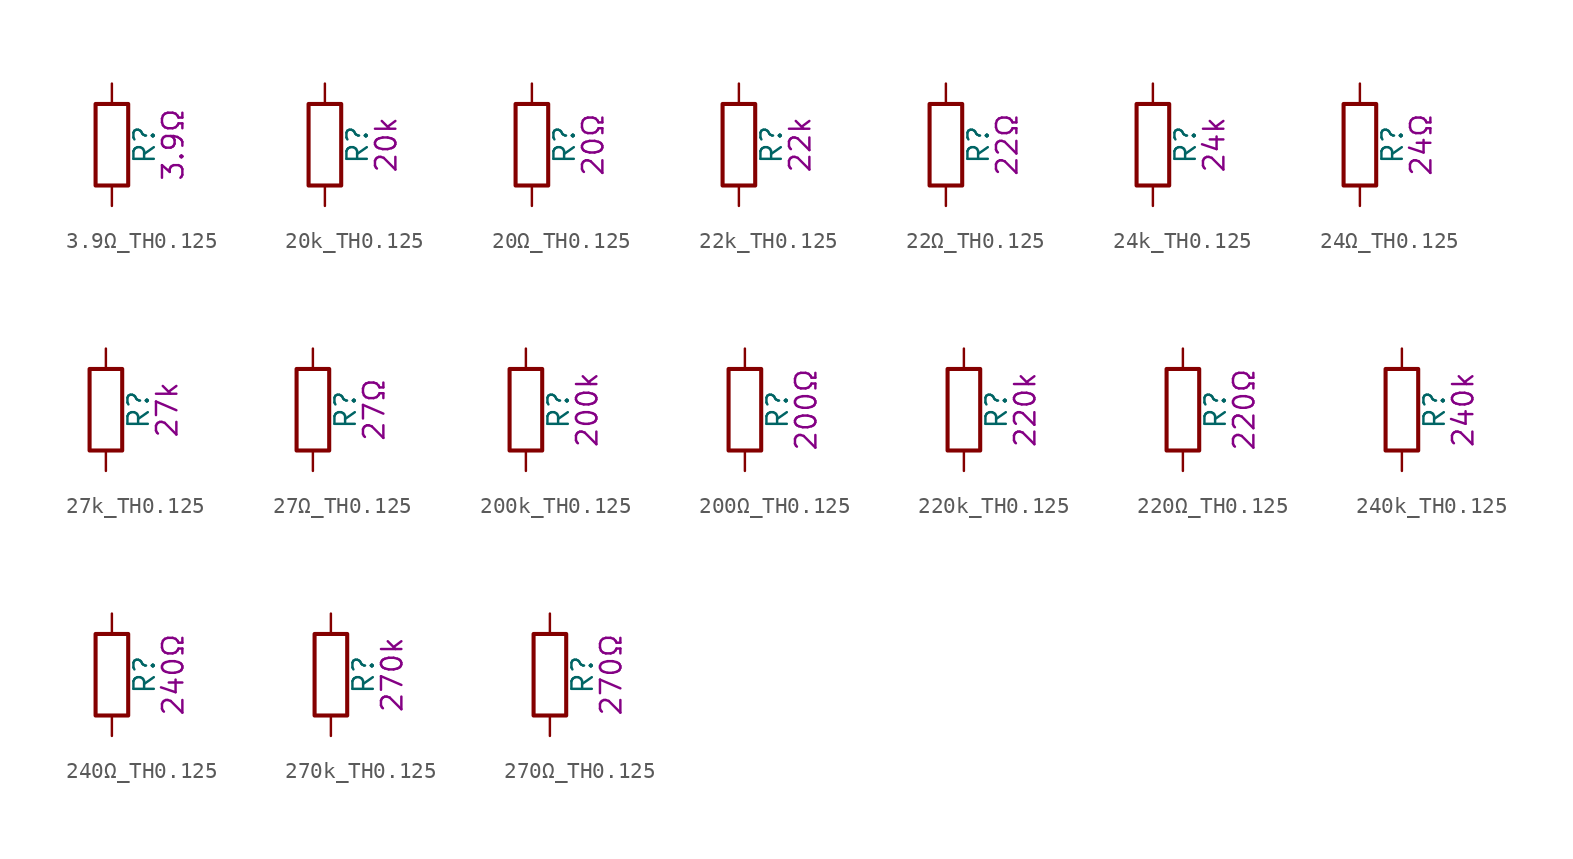
<source format=kicad_sym>
(kicad_symbol_lib
  (version 20211014)
  (generator kicad_symbol_editor)
  (symbol "3.9Ω_TH0.125"
    (pin_numbers hide)
    (pin_names
      (offset 0))
    (property "Reference" "R"
      (at 2.032 0 90)
      (effects (font (size 1.27 1.27))))
    (property "Display" "3.9Ω"
      (at 3.81 0 90)
      (effects (font (size 1.27 1.27))))
    (symbol "3.9Ω_TH0.125_0_1"
      (rectangle (start -1.016 -2.54) (end 1.016 2.54) (stroke (width 0.254) (type default) (color 0 0 0 0)) (fill (type none))))
    (symbol "3.9Ω_TH0.125_1_1"
      (pin passive line (at 0 3.81 270) (length 1.27) (name "~" (effects (font (size 1.27 1.27)))) (number "1" (effects (font (size 1.27 1.27)))))
      (pin passive line (at 0 -3.81 90) (length 1.27) (name "~" (effects (font (size 1.27 1.27)))) (number "2" (effects (font (size 1.27 1.27)))))))
  (symbol "20k_TH0.125"
    (pin_numbers hide)
    (pin_names
      (offset 0))
    (property "Reference" "R"
      (at 2.032 0 90)
      (effects (font (size 1.27 1.27))))
    (property "Display" "20k"
      (at 3.81 0 90)
      (effects (font (size 1.27 1.27))))
    (symbol "20k_TH0.125_0_1"
      (rectangle (start -1.016 -2.54) (end 1.016 2.54) (stroke (width 0.254) (type default) (color 0 0 0 0)) (fill (type none))))
    (symbol "20k_TH0.125_1_1"
      (pin passive line (at 0 3.81 270) (length 1.27) (name "~" (effects (font (size 1.27 1.27)))) (number "1" (effects (font (size 1.27 1.27)))))
      (pin passive line (at 0 -3.81 90) (length 1.27) (name "~" (effects (font (size 1.27 1.27)))) (number "2" (effects (font (size 1.27 1.27)))))))
  (symbol "20Ω_TH0.125"
    (pin_numbers hide)
    (pin_names
      (offset 0))
    (property "Reference" "R"
      (at 2.032 0 90)
      (effects (font (size 1.27 1.27))))
    (property "Display" "20Ω"
      (at 3.81 0 90)
      (effects (font (size 1.27 1.27))))
    (symbol "20Ω_TH0.125_0_1"
      (rectangle (start -1.016 -2.54) (end 1.016 2.54) (stroke (width 0.254) (type default) (color 0 0 0 0)) (fill (type none))))
    (symbol "20Ω_TH0.125_1_1"
      (pin passive line (at 0 3.81 270) (length 1.27) (name "~" (effects (font (size 1.27 1.27)))) (number "1" (effects (font (size 1.27 1.27)))))
      (pin passive line (at 0 -3.81 90) (length 1.27) (name "~" (effects (font (size 1.27 1.27)))) (number "2" (effects (font (size 1.27 1.27)))))))
  (symbol "22k_TH0.125"
    (pin_numbers hide)
    (pin_names
      (offset 0))
    (property "Reference" "R"
      (at 2.032 0 90)
      (effects (font (size 1.27 1.27))))
    (property "Display" "22k"
      (at 3.81 0 90)
      (effects (font (size 1.27 1.27))))
    (symbol "22k_TH0.125_0_1"
      (rectangle (start -1.016 -2.54) (end 1.016 2.54) (stroke (width 0.254) (type default) (color 0 0 0 0)) (fill (type none))))
    (symbol "22k_TH0.125_1_1"
      (pin passive line (at 0 3.81 270) (length 1.27) (name "~" (effects (font (size 1.27 1.27)))) (number "1" (effects (font (size 1.27 1.27)))))
      (pin passive line (at 0 -3.81 90) (length 1.27) (name "~" (effects (font (size 1.27 1.27)))) (number "2" (effects (font (size 1.27 1.27)))))))
  (symbol "22Ω_TH0.125"
    (pin_numbers hide)
    (pin_names
      (offset 0))
    (property "Reference" "R"
      (at 2.032 0 90)
      (effects (font (size 1.27 1.27))))
    (property "Display" "22Ω"
      (at 3.81 0 90)
      (effects (font (size 1.27 1.27))))
    (symbol "22Ω_TH0.125_0_1"
      (rectangle (start -1.016 -2.54) (end 1.016 2.54) (stroke (width 0.254) (type default) (color 0 0 0 0)) (fill (type none))))
    (symbol "22Ω_TH0.125_1_1"
      (pin passive line (at 0 3.81 270) (length 1.27) (name "~" (effects (font (size 1.27 1.27)))) (number "1" (effects (font (size 1.27 1.27)))))
      (pin passive line (at 0 -3.81 90) (length 1.27) (name "~" (effects (font (size 1.27 1.27)))) (number "2" (effects (font (size 1.27 1.27)))))))
  (symbol "24k_TH0.125"
    (pin_numbers hide)
    (pin_names
      (offset 0))
    (property "Reference" "R"
      (at 2.032 0 90)
      (effects (font (size 1.27 1.27))))
    (property "Display" "24k"
      (at 3.81 0 90)
      (effects (font (size 1.27 1.27))))
    (symbol "24k_TH0.125_0_1"
      (rectangle (start -1.016 -2.54) (end 1.016 2.54) (stroke (width 0.254) (type default) (color 0 0 0 0)) (fill (type none))))
    (symbol "24k_TH0.125_1_1"
      (pin passive line (at 0 3.81 270) (length 1.27) (name "~" (effects (font (size 1.27 1.27)))) (number "1" (effects (font (size 1.27 1.27)))))
      (pin passive line (at 0 -3.81 90) (length 1.27) (name "~" (effects (font (size 1.27 1.27)))) (number "2" (effects (font (size 1.27 1.27)))))))
  (symbol "24Ω_TH0.125"
    (pin_numbers hide)
    (pin_names
      (offset 0))
    (property "Reference" "R"
      (at 2.032 0 90)
      (effects (font (size 1.27 1.27))))
    (property "Display" "24Ω"
      (at 3.81 0 90)
      (effects (font (size 1.27 1.27))))
    (symbol "24Ω_TH0.125_0_1"
      (rectangle (start -1.016 -2.54) (end 1.016 2.54) (stroke (width 0.254) (type default) (color 0 0 0 0)) (fill (type none))))
    (symbol "24Ω_TH0.125_1_1"
      (pin passive line (at 0 3.81 270) (length 1.27) (name "~" (effects (font (size 1.27 1.27)))) (number "1" (effects (font (size 1.27 1.27)))))
      (pin passive line (at 0 -3.81 90) (length 1.27) (name "~" (effects (font (size 1.27 1.27)))) (number "2" (effects (font (size 1.27 1.27)))))))
  (symbol "27k_TH0.125"
    (pin_numbers hide)
    (pin_names
      (offset 0))
    (property "Reference" "R"
      (at 2.032 0 90)
      (effects (font (size 1.27 1.27))))
    (property "Display" "27k"
      (at 3.81 0 90)
      (effects (font (size 1.27 1.27))))
    (symbol "27k_TH0.125_0_1"
      (rectangle (start -1.016 -2.54) (end 1.016 2.54) (stroke (width 0.254) (type default) (color 0 0 0 0)) (fill (type none))))
    (symbol "27k_TH0.125_1_1"
      (pin passive line (at 0 3.81 270) (length 1.27) (name "~" (effects (font (size 1.27 1.27)))) (number "1" (effects (font (size 1.27 1.27)))))
      (pin passive line (at 0 -3.81 90) (length 1.27) (name "~" (effects (font (size 1.27 1.27)))) (number "2" (effects (font (size 1.27 1.27)))))))
  (symbol "27Ω_TH0.125"
    (pin_numbers hide)
    (pin_names
      (offset 0))
    (property "Reference" "R"
      (at 2.032 0 90)
      (effects (font (size 1.27 1.27))))
    (property "Display" "27Ω"
      (at 3.81 0 90)
      (effects (font (size 1.27 1.27))))
    (symbol "27Ω_TH0.125_0_1"
      (rectangle (start -1.016 -2.54) (end 1.016 2.54) (stroke (width 0.254) (type default) (color 0 0 0 0)) (fill (type none))))
    (symbol "27Ω_TH0.125_1_1"
      (pin passive line (at 0 3.81 270) (length 1.27) (name "~" (effects (font (size 1.27 1.27)))) (number "1" (effects (font (size 1.27 1.27)))))
      (pin passive line (at 0 -3.81 90) (length 1.27) (name "~" (effects (font (size 1.27 1.27)))) (number "2" (effects (font (size 1.27 1.27)))))))
  (symbol "200k_TH0.125"
    (pin_numbers hide)
    (pin_names
      (offset 0))
    (property "Reference" "R"
      (at 2.032 0 90)
      (effects (font (size 1.27 1.27))))
    (property "Display" "200k"
      (at 3.81 0 90)
      (effects (font (size 1.27 1.27))))
    (symbol "200k_TH0.125_0_1"
      (rectangle (start -1.016 -2.54) (end 1.016 2.54) (stroke (width 0.254) (type default) (color 0 0 0 0)) (fill (type none))))
    (symbol "200k_TH0.125_1_1"
      (pin passive line (at 0 3.81 270) (length 1.27) (name "~" (effects (font (size 1.27 1.27)))) (number "1" (effects (font (size 1.27 1.27)))))
      (pin passive line (at 0 -3.81 90) (length 1.27) (name "~" (effects (font (size 1.27 1.27)))) (number "2" (effects (font (size 1.27 1.27)))))))
  (symbol "200Ω_TH0.125"
    (pin_numbers hide)
    (pin_names
      (offset 0))
    (property "Reference" "R"
      (at 2.032 0 90)
      (effects (font (size 1.27 1.27))))
    (property "Display" "200Ω"
      (at 3.81 0 90)
      (effects (font (size 1.27 1.27))))
    (symbol "200Ω_TH0.125_0_1"
      (rectangle (start -1.016 -2.54) (end 1.016 2.54) (stroke (width 0.254) (type default) (color 0 0 0 0)) (fill (type none))))
    (symbol "200Ω_TH0.125_1_1"
      (pin passive line (at 0 3.81 270) (length 1.27) (name "~" (effects (font (size 1.27 1.27)))) (number "1" (effects (font (size 1.27 1.27)))))
      (pin passive line (at 0 -3.81 90) (length 1.27) (name "~" (effects (font (size 1.27 1.27)))) (number "2" (effects (font (size 1.27 1.27)))))))
  (symbol "220k_TH0.125"
    (pin_numbers hide)
    (pin_names
      (offset 0))
    (property "Reference" "R"
      (at 2.032 0 90)
      (effects (font (size 1.27 1.27))))
    (property "Display" "220k"
      (at 3.81 0 90)
      (effects (font (size 1.27 1.27))))
    (symbol "220k_TH0.125_0_1"
      (rectangle (start -1.016 -2.54) (end 1.016 2.54) (stroke (width 0.254) (type default) (color 0 0 0 0)) (fill (type none))))
    (symbol "220k_TH0.125_1_1"
      (pin passive line (at 0 3.81 270) (length 1.27) (name "~" (effects (font (size 1.27 1.27)))) (number "1" (effects (font (size 1.27 1.27)))))
      (pin passive line (at 0 -3.81 90) (length 1.27) (name "~" (effects (font (size 1.27 1.27)))) (number "2" (effects (font (size 1.27 1.27)))))))
  (symbol "220Ω_TH0.125"
    (pin_numbers hide)
    (pin_names
      (offset 0))
    (property "Reference" "R"
      (at 2.032 0 90)
      (effects (font (size 1.27 1.27))))
    (property "Display" "220Ω"
      (at 3.81 0 90)
      (effects (font (size 1.27 1.27))))
    (symbol "220Ω_TH0.125_0_1"
      (rectangle (start -1.016 -2.54) (end 1.016 2.54) (stroke (width 0.254) (type default) (color 0 0 0 0)) (fill (type none))))
    (symbol "220Ω_TH0.125_1_1"
      (pin passive line (at 0 3.81 270) (length 1.27) (name "~" (effects (font (size 1.27 1.27)))) (number "1" (effects (font (size 1.27 1.27)))))
      (pin passive line (at 0 -3.81 90) (length 1.27) (name "~" (effects (font (size 1.27 1.27)))) (number "2" (effects (font (size 1.27 1.27)))))))
  (symbol "240k_TH0.125"
    (pin_numbers hide)
    (pin_names
      (offset 0))
    (property "Reference" "R"
      (at 2.032 0 90)
      (effects (font (size 1.27 1.27))))
    (property "Display" "240k"
      (at 3.81 0 90)
      (effects (font (size 1.27 1.27))))
    (symbol "240k_TH0.125_0_1"
      (rectangle (start -1.016 -2.54) (end 1.016 2.54) (stroke (width 0.254) (type default) (color 0 0 0 0)) (fill (type none))))
    (symbol "240k_TH0.125_1_1"
      (pin passive line (at 0 3.81 270) (length 1.27) (name "~" (effects (font (size 1.27 1.27)))) (number "1" (effects (font (size 1.27 1.27)))))
      (pin passive line (at 0 -3.81 90) (length 1.27) (name "~" (effects (font (size 1.27 1.27)))) (number "2" (effects (font (size 1.27 1.27)))))))
  (symbol "240Ω_TH0.125"
    (pin_numbers hide)
    (pin_names
      (offset 0))
    (property "Reference" "R"
      (at 2.032 0 90)
      (effects (font (size 1.27 1.27))))
    (property "Display" "240Ω"
      (at 3.81 0 90)
      (effects (font (size 1.27 1.27))))
    (symbol "240Ω_TH0.125_0_1"
      (rectangle (start -1.016 -2.54) (end 1.016 2.54) (stroke (width 0.254) (type default) (color 0 0 0 0)) (fill (type none))))
    (symbol "240Ω_TH0.125_1_1"
      (pin passive line (at 0 3.81 270) (length 1.27) (name "~" (effects (font (size 1.27 1.27)))) (number "1" (effects (font (size 1.27 1.27)))))
      (pin passive line (at 0 -3.81 90) (length 1.27) (name "~" (effects (font (size 1.27 1.27)))) (number "2" (effects (font (size 1.27 1.27)))))))
  (symbol "270k_TH0.125"
    (pin_numbers hide)
    (pin_names
      (offset 0))
    (property "Reference" "R"
      (at 2.032 0 90)
      (effects (font (size 1.27 1.27))))
    (property "Display" "270k"
      (at 3.81 0 90)
      (effects (font (size 1.27 1.27))))
    (symbol "270k_TH0.125_0_1"
      (rectangle (start -1.016 -2.54) (end 1.016 2.54) (stroke (width 0.254) (type default) (color 0 0 0 0)) (fill (type none))))
    (symbol "270k_TH0.125_1_1"
      (pin passive line (at 0 3.81 270) (length 1.27) (name "~" (effects (font (size 1.27 1.27)))) (number "1" (effects (font (size 1.27 1.27)))))
      (pin passive line (at 0 -3.81 90) (length 1.27) (name "~" (effects (font (size 1.27 1.27)))) (number "2" (effects (font (size 1.27 1.27)))))))
  (symbol "270Ω_TH0.125"
    (pin_numbers hide)
    (pin_names
      (offset 0))
    (property "Reference" "R"
      (at 2.032 0 90)
      (effects (font (size 1.27 1.27))))
    (property "Display" "270Ω"
      (at 3.81 0 90)
      (effects (font (size 1.27 1.27))))
    (symbol "270Ω_TH0.125_0_1"
      (rectangle (start -1.016 -2.54) (end 1.016 2.54) (stroke (width 0.254) (type default) (color 0 0 0 0)) (fill (type none))))
    (symbol "270Ω_TH0.125_1_1"
      (pin passive line (at 0 3.81 270) (length 1.27) (name "~" (effects (font (size 1.27 1.27)))) (number "1" (effects (font (size 1.27 1.27)))))
      (pin passive line (at 0 -3.81 90) (length 1.27) (name "~" (effects (font (size 1.27 1.27)))) (number "2" (effects (font (size 1.27 1.27))))))))
</source>
